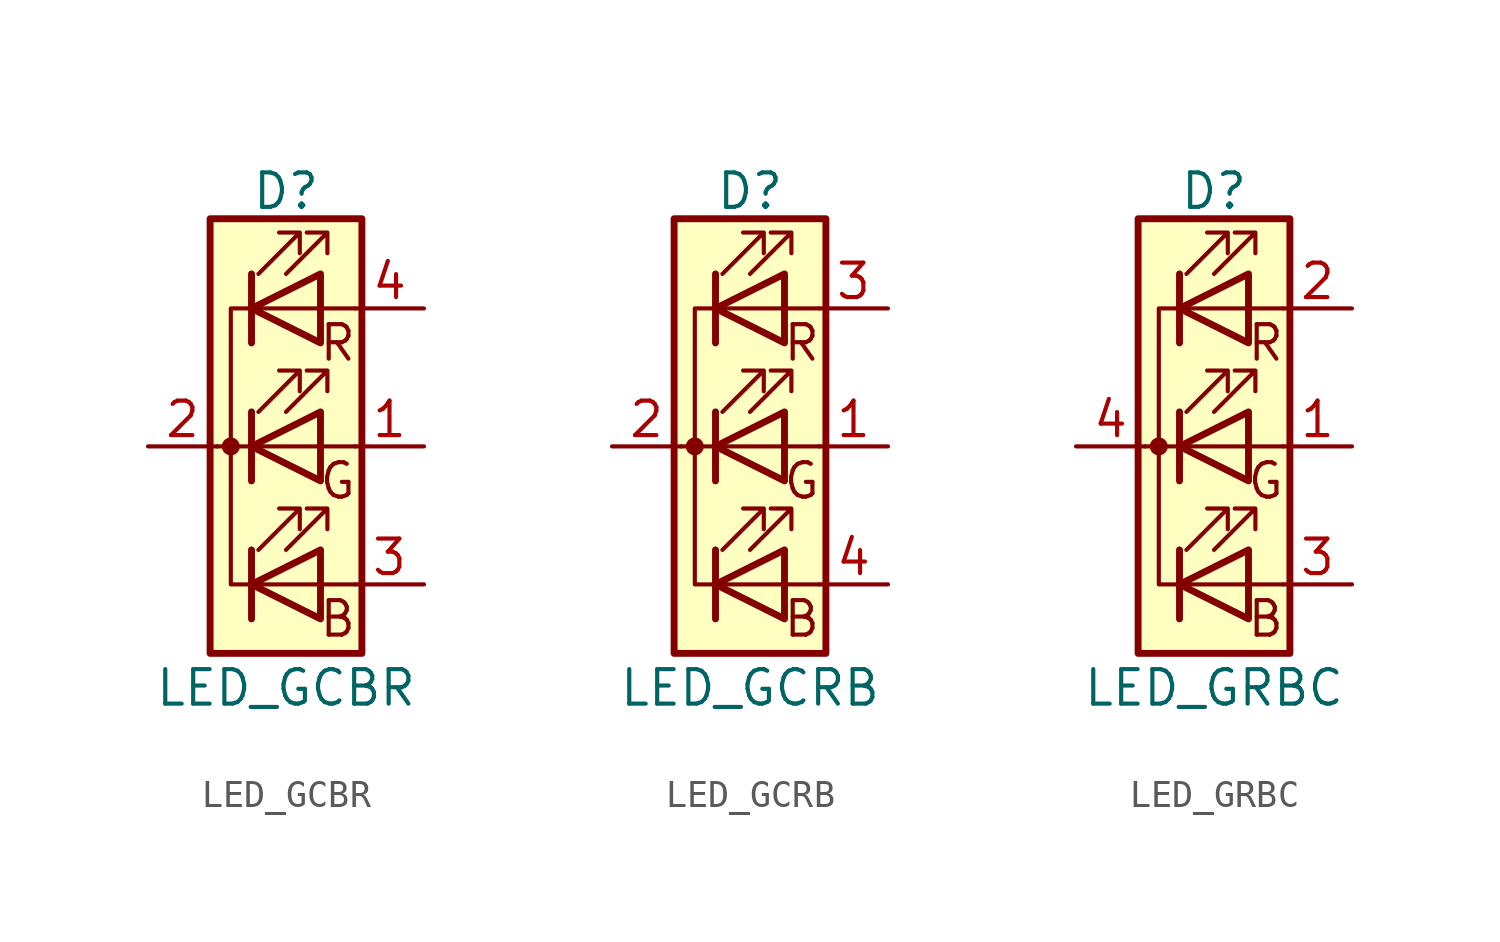
<source format=kicad_sym>
(kicad_symbol_lib
  (version 20211014)
  (generator kicad_symbol_editor)
  (symbol "LED_GCBR"
    (pin_names
      (offset 0) hide)
    (property "Reference" "D"
      (at 0 9.398 0)
      (effects (font (size 1.27 1.27))))
    (property "Value" "LED_GCBR"
      (at 0 -8.89 0)
      (effects (font (size 1.27 1.27))))
    (symbol "LED_GCBR_0_0"
      (text "B" (at 1.905 -6.35 0) (effects (font (size 1.27 1.27))))
      (text "G" (at 1.905 -1.27 0) (effects (font (size 1.27 1.27))))
      (text "R" (at 1.905 3.81 0) (effects (font (size 1.27 1.27)))))
    (symbol "LED_GCBR_0_1"
      (circle (center -2.032 0) (radius 0.254) (stroke (width 0) (type default) (color 0 0 0 0)) (fill (type outline)))
      (polyline (pts (xy -1.27 -5.08) (xy 1.27 -5.08)) (stroke (width 0) (type default) (color 0 0 0 0)) (fill (type none)))
      (polyline (pts (xy -1.27 -3.81) (xy -1.27 -6.35)) (stroke (width 0.254) (type default) (color 0 0 0 0)) (fill (type none)))
      (polyline (pts (xy -1.27 0) (xy -2.54 0)) (stroke (width 0) (type default) (color 0 0 0 0)) (fill (type none)))
      (polyline (pts (xy -1.27 1.27) (xy -1.27 -1.27)) (stroke (width 0.254) (type default) (color 0 0 0 0)) (fill (type none)))
      (polyline (pts (xy -1.27 5.08) (xy 1.27 5.08)) (stroke (width 0) (type default) (color 0 0 0 0)) (fill (type none)))
      (polyline (pts (xy -1.27 6.35) (xy -1.27 3.81)) (stroke (width 0.254) (type default) (color 0 0 0 0)) (fill (type none)))
      (polyline (pts (xy 1.27 -5.08) (xy 2.54 -5.08)) (stroke (width 0) (type default) (color 0 0 0 0)) (fill (type none)))
      (polyline (pts (xy 1.27 0) (xy -1.27 0)) (stroke (width 0) (type default) (color 0 0 0 0)) (fill (type none)))
      (polyline (pts (xy 1.27 0) (xy 2.54 0)) (stroke (width 0) (type default) (color 0 0 0 0)) (fill (type none)))
      (polyline (pts (xy 1.27 5.08) (xy 2.54 5.08)) (stroke (width 0) (type default) (color 0 0 0 0)) (fill (type none)))
      (polyline (pts (xy -1.27 1.27) (xy -1.27 -1.27) (xy -1.27 -1.27)) (stroke (width 0) (type default) (color 0 0 0 0)) (fill (type none)))
      (polyline (pts (xy -1.27 6.35) (xy -1.27 3.81) (xy -1.27 3.81)) (stroke (width 0) (type default) (color 0 0 0 0)) (fill (type none)))
      (polyline (pts (xy -1.27 5.08) (xy -2.032 5.08) (xy -2.032 -5.08) (xy -1.016 -5.08)) (stroke (width 0) (type default) (color 0 0 0 0)) (fill (type none)))
      (polyline (pts (xy 1.27 -3.81) (xy 1.27 -6.35) (xy -1.27 -5.08) (xy 1.27 -3.81)) (stroke (width 0.254) (type default) (color 0 0 0 0)) (fill (type none)))
      (polyline (pts (xy 1.27 1.27) (xy 1.27 -1.27) (xy -1.27 0) (xy 1.27 1.27)) (stroke (width 0.254) (type default) (color 0 0 0 0)) (fill (type none)))
      (polyline (pts (xy 1.27 6.35) (xy 1.27 3.81) (xy -1.27 5.08) (xy 1.27 6.35)) (stroke (width 0.254) (type default) (color 0 0 0 0)) (fill (type none)))
      (polyline (pts (xy -1.016 -3.81) (xy 0.508 -2.286) (xy -0.254 -2.286) (xy 0.508 -2.286) (xy 0.508 -3.048)) (stroke (width 0) (type default) (color 0 0 0 0)) (fill (type none)))
      (polyline (pts (xy -1.016 1.27) (xy 0.508 2.794) (xy -0.254 2.794) (xy 0.508 2.794) (xy 0.508 2.032)) (stroke (width 0) (type default) (color 0 0 0 0)) (fill (type none)))
      (polyline (pts (xy -1.016 6.35) (xy 0.508 7.874) (xy -0.254 7.874) (xy 0.508 7.874) (xy 0.508 7.112)) (stroke (width 0) (type default) (color 0 0 0 0)) (fill (type none)))
      (polyline (pts (xy 0 -3.81) (xy 1.524 -2.286) (xy 0.762 -2.286) (xy 1.524 -2.286) (xy 1.524 -3.048)) (stroke (width 0) (type default) (color 0 0 0 0)) (fill (type none)))
      (polyline (pts (xy 0 1.27) (xy 1.524 2.794) (xy 0.762 2.794) (xy 1.524 2.794) (xy 1.524 2.032)) (stroke (width 0) (type default) (color 0 0 0 0)) (fill (type none)))
      (polyline (pts (xy 0 6.35) (xy 1.524 7.874) (xy 0.762 7.874) (xy 1.524 7.874) (xy 1.524 7.112)) (stroke (width 0) (type default) (color 0 0 0 0)) (fill (type none)))
      (rectangle (start 1.27 -1.27) (end 1.27 1.27) (stroke (width 0) (type default) (color 0 0 0 0)) (fill (type none)))
      (rectangle (start 1.27 1.27) (end 1.27 1.27) (stroke (width 0) (type default) (color 0 0 0 0)) (fill (type none)))
      (rectangle (start 1.27 3.81) (end 1.27 6.35) (stroke (width 0) (type default) (color 0 0 0 0)) (fill (type none)))
      (rectangle (start 1.27 6.35) (end 1.27 6.35) (stroke (width 0) (type default) (color 0 0 0 0)) (fill (type none)))
      (rectangle (start 2.794 8.382) (end -2.794 -7.62) (stroke (width 0.254) (type default) (color 0 0 0 0)) (fill (type background))))
    (symbol "LED_GCBR_1_1"
      (pin passive line (at 5.08 0 180) (length 2.54) (name "GA" (effects (font (size 1.27 1.27)))) (number "1" (effects (font (size 1.27 1.27)))))
      (pin passive line (at -5.08 0 0) (length 2.54) (name "K" (effects (font (size 1.27 1.27)))) (number "2" (effects (font (size 1.27 1.27)))))
      (pin passive line (at 5.08 -5.08 180) (length 2.54) (name "BA" (effects (font (size 1.27 1.27)))) (number "3" (effects (font (size 1.27 1.27)))))
      (pin passive line (at 5.08 5.08 180) (length 2.54) (name "RA" (effects (font (size 1.27 1.27)))) (number "4" (effects (font (size 1.27 1.27)))))))
  (symbol "LED_GCRB"
    (pin_names
      (offset 0) hide)
    (property "Reference" "D"
      (at 0 9.398 0)
      (effects (font (size 1.27 1.27))))
    (property "Value" "LED_GCRB"
      (at 0 -8.89 0)
      (effects (font (size 1.27 1.27))))
    (symbol "LED_GCRB_0_0"
      (text "B" (at 1.905 -6.35 0) (effects (font (size 1.27 1.27))))
      (text "G" (at 1.905 -1.27 0) (effects (font (size 1.27 1.27))))
      (text "R" (at 1.905 3.81 0) (effects (font (size 1.27 1.27)))))
    (symbol "LED_GCRB_0_1"
      (circle (center -2.032 0) (radius 0.254) (stroke (width 0) (type default) (color 0 0 0 0)) (fill (type outline)))
      (polyline (pts (xy -1.27 -5.08) (xy 1.27 -5.08)) (stroke (width 0) (type default) (color 0 0 0 0)) (fill (type none)))
      (polyline (pts (xy -1.27 -3.81) (xy -1.27 -6.35)) (stroke (width 0.254) (type default) (color 0 0 0 0)) (fill (type none)))
      (polyline (pts (xy -1.27 0) (xy -2.54 0)) (stroke (width 0) (type default) (color 0 0 0 0)) (fill (type none)))
      (polyline (pts (xy -1.27 1.27) (xy -1.27 -1.27)) (stroke (width 0.254) (type default) (color 0 0 0 0)) (fill (type none)))
      (polyline (pts (xy -1.27 5.08) (xy 1.27 5.08)) (stroke (width 0) (type default) (color 0 0 0 0)) (fill (type none)))
      (polyline (pts (xy -1.27 6.35) (xy -1.27 3.81)) (stroke (width 0.254) (type default) (color 0 0 0 0)) (fill (type none)))
      (polyline (pts (xy 1.27 -5.08) (xy 2.54 -5.08)) (stroke (width 0) (type default) (color 0 0 0 0)) (fill (type none)))
      (polyline (pts (xy 1.27 0) (xy -1.27 0)) (stroke (width 0) (type default) (color 0 0 0 0)) (fill (type none)))
      (polyline (pts (xy 1.27 0) (xy 2.54 0)) (stroke (width 0) (type default) (color 0 0 0 0)) (fill (type none)))
      (polyline (pts (xy 1.27 5.08) (xy 2.54 5.08)) (stroke (width 0) (type default) (color 0 0 0 0)) (fill (type none)))
      (polyline (pts (xy -1.27 1.27) (xy -1.27 -1.27) (xy -1.27 -1.27)) (stroke (width 0) (type default) (color 0 0 0 0)) (fill (type none)))
      (polyline (pts (xy -1.27 6.35) (xy -1.27 3.81) (xy -1.27 3.81)) (stroke (width 0) (type default) (color 0 0 0 0)) (fill (type none)))
      (polyline (pts (xy -1.27 5.08) (xy -2.032 5.08) (xy -2.032 -5.08) (xy -1.016 -5.08)) (stroke (width 0) (type default) (color 0 0 0 0)) (fill (type none)))
      (polyline (pts (xy 1.27 -3.81) (xy 1.27 -6.35) (xy -1.27 -5.08) (xy 1.27 -3.81)) (stroke (width 0.254) (type default) (color 0 0 0 0)) (fill (type none)))
      (polyline (pts (xy 1.27 1.27) (xy 1.27 -1.27) (xy -1.27 0) (xy 1.27 1.27)) (stroke (width 0.254) (type default) (color 0 0 0 0)) (fill (type none)))
      (polyline (pts (xy 1.27 6.35) (xy 1.27 3.81) (xy -1.27 5.08) (xy 1.27 6.35)) (stroke (width 0.254) (type default) (color 0 0 0 0)) (fill (type none)))
      (polyline (pts (xy -1.016 -3.81) (xy 0.508 -2.286) (xy -0.254 -2.286) (xy 0.508 -2.286) (xy 0.508 -3.048)) (stroke (width 0) (type default) (color 0 0 0 0)) (fill (type none)))
      (polyline (pts (xy -1.016 1.27) (xy 0.508 2.794) (xy -0.254 2.794) (xy 0.508 2.794) (xy 0.508 2.032)) (stroke (width 0) (type default) (color 0 0 0 0)) (fill (type none)))
      (polyline (pts (xy -1.016 6.35) (xy 0.508 7.874) (xy -0.254 7.874) (xy 0.508 7.874) (xy 0.508 7.112)) (stroke (width 0) (type default) (color 0 0 0 0)) (fill (type none)))
      (polyline (pts (xy 0 -3.81) (xy 1.524 -2.286) (xy 0.762 -2.286) (xy 1.524 -2.286) (xy 1.524 -3.048)) (stroke (width 0) (type default) (color 0 0 0 0)) (fill (type none)))
      (polyline (pts (xy 0 1.27) (xy 1.524 2.794) (xy 0.762 2.794) (xy 1.524 2.794) (xy 1.524 2.032)) (stroke (width 0) (type default) (color 0 0 0 0)) (fill (type none)))
      (polyline (pts (xy 0 6.35) (xy 1.524 7.874) (xy 0.762 7.874) (xy 1.524 7.874) (xy 1.524 7.112)) (stroke (width 0) (type default) (color 0 0 0 0)) (fill (type none)))
      (rectangle (start 1.27 -1.27) (end 1.27 1.27) (stroke (width 0) (type default) (color 0 0 0 0)) (fill (type none)))
      (rectangle (start 1.27 1.27) (end 1.27 1.27) (stroke (width 0) (type default) (color 0 0 0 0)) (fill (type none)))
      (rectangle (start 1.27 3.81) (end 1.27 6.35) (stroke (width 0) (type default) (color 0 0 0 0)) (fill (type none)))
      (rectangle (start 1.27 6.35) (end 1.27 6.35) (stroke (width 0) (type default) (color 0 0 0 0)) (fill (type none)))
      (rectangle (start 2.794 8.382) (end -2.794 -7.62) (stroke (width 0.254) (type default) (color 0 0 0 0)) (fill (type background))))
    (symbol "LED_GCRB_1_1"
      (pin passive line (at 5.08 0 180) (length 2.54) (name "GA" (effects (font (size 1.27 1.27)))) (number "1" (effects (font (size 1.27 1.27)))))
      (pin passive line (at -5.08 0 0) (length 2.54) (name "K" (effects (font (size 1.27 1.27)))) (number "2" (effects (font (size 1.27 1.27)))))
      (pin passive line (at 5.08 5.08 180) (length 2.54) (name "RA" (effects (font (size 1.27 1.27)))) (number "3" (effects (font (size 1.27 1.27)))))
      (pin passive line (at 5.08 -5.08 180) (length 2.54) (name "BA" (effects (font (size 1.27 1.27)))) (number "4" (effects (font (size 1.27 1.27)))))))
  (symbol "LED_GRBC"
    (pin_names
      (offset 0) hide)
    (property "Reference" "D"
      (at 0 9.398 0)
      (effects (font (size 1.27 1.27))))
    (property "Value" "LED_GRBC"
      (at 0 -8.89 0)
      (effects (font (size 1.27 1.27))))
    (symbol "LED_GRBC_0_0"
      (text "B" (at 1.905 -6.35 0) (effects (font (size 1.27 1.27))))
      (text "G" (at 1.905 -1.27 0) (effects (font (size 1.27 1.27))))
      (text "R" (at 1.905 3.81 0) (effects (font (size 1.27 1.27)))))
    (symbol "LED_GRBC_0_1"
      (circle (center -2.032 0) (radius 0.254) (stroke (width 0) (type default) (color 0 0 0 0)) (fill (type outline)))
      (polyline (pts (xy -1.27 -5.08) (xy 1.27 -5.08)) (stroke (width 0) (type default) (color 0 0 0 0)) (fill (type none)))
      (polyline (pts (xy -1.27 -3.81) (xy -1.27 -6.35)) (stroke (width 0.254) (type default) (color 0 0 0 0)) (fill (type none)))
      (polyline (pts (xy -1.27 0) (xy -2.54 0)) (stroke (width 0) (type default) (color 0 0 0 0)) (fill (type none)))
      (polyline (pts (xy -1.27 1.27) (xy -1.27 -1.27)) (stroke (width 0.254) (type default) (color 0 0 0 0)) (fill (type none)))
      (polyline (pts (xy -1.27 5.08) (xy 1.27 5.08)) (stroke (width 0) (type default) (color 0 0 0 0)) (fill (type none)))
      (polyline (pts (xy -1.27 6.35) (xy -1.27 3.81)) (stroke (width 0.254) (type default) (color 0 0 0 0)) (fill (type none)))
      (polyline (pts (xy 1.27 -5.08) (xy 2.54 -5.08)) (stroke (width 0) (type default) (color 0 0 0 0)) (fill (type none)))
      (polyline (pts (xy 1.27 0) (xy -1.27 0)) (stroke (width 0) (type default) (color 0 0 0 0)) (fill (type none)))
      (polyline (pts (xy 1.27 0) (xy 2.54 0)) (stroke (width 0) (type default) (color 0 0 0 0)) (fill (type none)))
      (polyline (pts (xy 1.27 5.08) (xy 2.54 5.08)) (stroke (width 0) (type default) (color 0 0 0 0)) (fill (type none)))
      (polyline (pts (xy -1.27 1.27) (xy -1.27 -1.27) (xy -1.27 -1.27)) (stroke (width 0) (type default) (color 0 0 0 0)) (fill (type none)))
      (polyline (pts (xy -1.27 6.35) (xy -1.27 3.81) (xy -1.27 3.81)) (stroke (width 0) (type default) (color 0 0 0 0)) (fill (type none)))
      (polyline (pts (xy -1.27 5.08) (xy -2.032 5.08) (xy -2.032 -5.08) (xy -1.016 -5.08)) (stroke (width 0) (type default) (color 0 0 0 0)) (fill (type none)))
      (polyline (pts (xy 1.27 -3.81) (xy 1.27 -6.35) (xy -1.27 -5.08) (xy 1.27 -3.81)) (stroke (width 0.254) (type default) (color 0 0 0 0)) (fill (type none)))
      (polyline (pts (xy 1.27 1.27) (xy 1.27 -1.27) (xy -1.27 0) (xy 1.27 1.27)) (stroke (width 0.254) (type default) (color 0 0 0 0)) (fill (type none)))
      (polyline (pts (xy 1.27 6.35) (xy 1.27 3.81) (xy -1.27 5.08) (xy 1.27 6.35)) (stroke (width 0.254) (type default) (color 0 0 0 0)) (fill (type none)))
      (polyline (pts (xy -1.016 -3.81) (xy 0.508 -2.286) (xy -0.254 -2.286) (xy 0.508 -2.286) (xy 0.508 -3.048)) (stroke (width 0) (type default) (color 0 0 0 0)) (fill (type none)))
      (polyline (pts (xy -1.016 1.27) (xy 0.508 2.794) (xy -0.254 2.794) (xy 0.508 2.794) (xy 0.508 2.032)) (stroke (width 0) (type default) (color 0 0 0 0)) (fill (type none)))
      (polyline (pts (xy -1.016 6.35) (xy 0.508 7.874) (xy -0.254 7.874) (xy 0.508 7.874) (xy 0.508 7.112)) (stroke (width 0) (type default) (color 0 0 0 0)) (fill (type none)))
      (polyline (pts (xy 0 -3.81) (xy 1.524 -2.286) (xy 0.762 -2.286) (xy 1.524 -2.286) (xy 1.524 -3.048)) (stroke (width 0) (type default) (color 0 0 0 0)) (fill (type none)))
      (polyline (pts (xy 0 1.27) (xy 1.524 2.794) (xy 0.762 2.794) (xy 1.524 2.794) (xy 1.524 2.032)) (stroke (width 0) (type default) (color 0 0 0 0)) (fill (type none)))
      (polyline (pts (xy 0 6.35) (xy 1.524 7.874) (xy 0.762 7.874) (xy 1.524 7.874) (xy 1.524 7.112)) (stroke (width 0) (type default) (color 0 0 0 0)) (fill (type none)))
      (rectangle (start 1.27 -1.27) (end 1.27 1.27) (stroke (width 0) (type default) (color 0 0 0 0)) (fill (type none)))
      (rectangle (start 1.27 1.27) (end 1.27 1.27) (stroke (width 0) (type default) (color 0 0 0 0)) (fill (type none)))
      (rectangle (start 1.27 3.81) (end 1.27 6.35) (stroke (width 0) (type default) (color 0 0 0 0)) (fill (type none)))
      (rectangle (start 1.27 6.35) (end 1.27 6.35) (stroke (width 0) (type default) (color 0 0 0 0)) (fill (type none)))
      (rectangle (start 2.794 8.382) (end -2.794 -7.62) (stroke (width 0.254) (type default) (color 0 0 0 0)) (fill (type background))))
    (symbol "LED_GRBC_1_1"
      (pin passive line (at 5.08 0 180) (length 2.54) (name "GA" (effects (font (size 1.27 1.27)))) (number "1" (effects (font (size 1.27 1.27)))))
      (pin passive line (at 5.08 5.08 180) (length 2.54) (name "RA" (effects (font (size 1.27 1.27)))) (number "2" (effects (font (size 1.27 1.27)))))
      (pin passive line (at 5.08 -5.08 180) (length 2.54) (name "BA" (effects (font (size 1.27 1.27)))) (number "3" (effects (font (size 1.27 1.27)))))
      (pin passive line (at -5.08 0 0) (length 2.54) (name "K" (effects (font (size 1.27 1.27)))) (number "4" (effects (font (size 1.27 1.27))))))))
</source>
